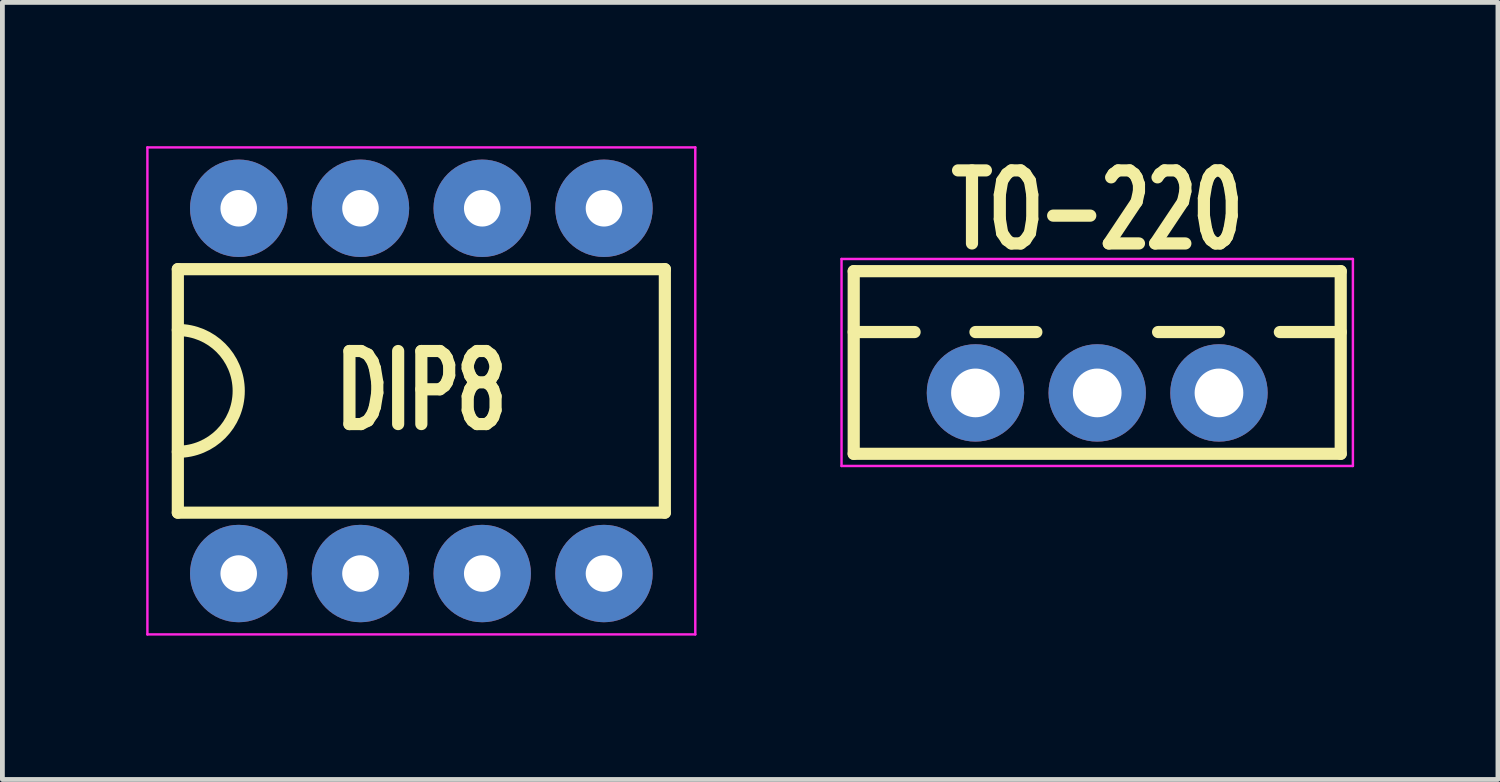
<source format=kicad_pcb>
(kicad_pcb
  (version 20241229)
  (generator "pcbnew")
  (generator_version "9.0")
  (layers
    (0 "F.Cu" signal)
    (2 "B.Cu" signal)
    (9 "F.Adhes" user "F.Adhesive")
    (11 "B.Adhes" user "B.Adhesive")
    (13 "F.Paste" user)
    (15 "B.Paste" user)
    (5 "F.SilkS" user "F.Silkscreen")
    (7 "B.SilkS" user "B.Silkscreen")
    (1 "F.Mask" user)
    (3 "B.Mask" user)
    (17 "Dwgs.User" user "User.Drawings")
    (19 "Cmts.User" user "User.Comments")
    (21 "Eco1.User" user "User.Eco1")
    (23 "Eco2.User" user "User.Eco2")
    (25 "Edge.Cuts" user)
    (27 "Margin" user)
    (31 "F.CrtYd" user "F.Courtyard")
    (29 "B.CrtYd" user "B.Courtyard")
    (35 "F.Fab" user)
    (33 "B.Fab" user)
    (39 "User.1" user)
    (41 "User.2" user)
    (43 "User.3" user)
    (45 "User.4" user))
  (footprint "DIP8"
    (layer "F.Cu")
    (at 5.74 5.105)
    (property "Reference" "DIP8" (at 0 0 0) (layer "F.SilkS") (effects (font (size 1.524 1.016) (thickness 0.254))))
    (attr through_hole)
    (fp_line (start -5.08 -2.54) (end -5.08 2.54) (stroke (width 0.254) (type solid)) (layer "F.SilkS"))
    (fp_line (start -5.08 2.54) (end 5.08 2.54) (stroke (width 0.254) (type solid)) (layer "F.SilkS"))
    (fp_line (start 5.08 -2.54) (end -5.08 -2.54) (stroke (width 0.254) (type solid)) (layer "F.SilkS"))
    (fp_line (start 5.08 2.54) (end 5.08 -2.54) (stroke (width 0.254) (type solid)) (layer "F.SilkS"))
    (fp_arc (start -5.08 -1.27) (mid -3.81 0) (end -5.08 1.27) (stroke (width 0.254) (type solid)) (layer "F.SilkS"))
    (fp_line (start -5.715 -5.08) (end -5.715 5.08) (stroke (width 0.051) (type solid)) (layer "F.CrtYd"))
    (fp_line (start -5.715 5.08) (end 5.715 5.08) (stroke (width 0.051) (type solid)) (layer "F.CrtYd"))
    (fp_line (start 5.715 -5.08) (end -5.715 -5.08) (stroke (width 0.051) (type solid)) (layer "F.CrtYd"))
    (fp_line (start 5.715 5.08) (end 5.715 -5.08) (stroke (width 0.051) (type solid)) (layer "F.CrtYd"))
    (pad "1" thru_hole circle (at -3.81 3.81) (size 2.032 2.032) (drill 0.762) (layers "*.Cu" "*.Mask"))
    (pad "2" thru_hole circle (at -1.27 3.81) (size 2.032 2.032) (drill 0.762) (layers "*.Cu" "*.Mask"))
    (pad "3" thru_hole circle (at 1.27 3.81) (size 2.032 2.032) (drill 0.762) (layers "*.Cu" "*.Mask"))
    (pad "4" thru_hole circle (at 3.81 3.81) (size 2.032 2.032) (drill 0.762) (layers "*.Cu" "*.Mask"))
    (pad "5" thru_hole circle (at 3.81 -3.81) (size 2.032 2.032) (drill 0.762) (layers "*.Cu" "*.Mask"))
    (pad "6" thru_hole circle (at 1.27 -3.81) (size 2.032 2.032) (drill 0.762) (layers "*.Cu" "*.Mask"))
    (pad "7" thru_hole circle (at -1.27 -3.81) (size 2.032 2.032) (drill 0.762) (layers "*.Cu" "*.Mask"))
    (pad "8" thru_hole circle (at -3.81 -3.81) (size 2.032 2.032) (drill 0.762) (layers "*.Cu" "*.Mask")))
  (footprint "TO-220"
    (layer "F.Cu")
    (at 19.84 5.147)
    (property "Reference" "TO-220" (at 0 -3.81 0) (layer "F.SilkS") (effects (font (size 1.524 1.016) (thickness 0.254))))
    (attr through_hole)
    (fp_line (start -5.08 -2.54) (end -5.08 1.27) (stroke (width 0.254) (type solid)) (layer "F.SilkS"))
    (fp_line (start -5.08 -1.27) (end -3.81 -1.27) (stroke (width 0.254) (type solid)) (layer "F.SilkS"))
    (fp_line (start -5.08 1.27) (end 5.08 1.27) (stroke (width 0.254) (type solid)) (layer "F.SilkS"))
    (fp_line (start -2.54 -1.27) (end -1.27 -1.27) (stroke (width 0.254) (type solid)) (layer "F.SilkS"))
    (fp_line (start 1.27 -1.27) (end 2.54 -1.27) (stroke (width 0.254) (type solid)) (layer "F.SilkS"))
    (fp_line (start 3.81 -1.27) (end 5.08 -1.27) (stroke (width 0.254) (type solid)) (layer "F.SilkS"))
    (fp_line (start 5.08 -2.54) (end -5.08 -2.54) (stroke (width 0.254) (type solid)) (layer "F.SilkS"))
    (fp_line (start 5.08 1.27) (end 5.08 -2.54) (stroke (width 0.254) (type solid)) (layer "F.SilkS"))
    (fp_line (start -5.334 -2.794) (end -5.334 1.524) (stroke (width 0.051) (type solid)) (layer "F.CrtYd"))
    (fp_line (start -5.334 1.524) (end 5.334 1.524) (stroke (width 0.051) (type solid)) (layer "F.CrtYd"))
    (fp_line (start 5.334 -2.794) (end -5.334 -2.794) (stroke (width 0.051) (type solid)) (layer "F.CrtYd"))
    (fp_line (start 5.334 1.524) (end 5.334 -2.794) (stroke (width 0.051) (type solid)) (layer "F.CrtYd"))
    (pad "1" thru_hole circle (at 0 0) (size 2.032 2.032) (drill 1.016) (layers "*.Cu" "*.Mask"))
    (pad "2" thru_hole circle (at -2.54 0) (size 2.032 2.032) (drill 1.016) (layers "*.Cu" "*.Mask"))
    (pad "3" thru_hole circle (at 2.54 0) (size 2.032 2.032) (drill 1.016) (layers "*.Cu" "*.Mask")))
  (gr_rect
    (start -3 -3)
    (end 28.2 13.211)
    (stroke (width 0.1) (type default))
    (fill no)
    (layer "Edge.Cuts")))
</source>
